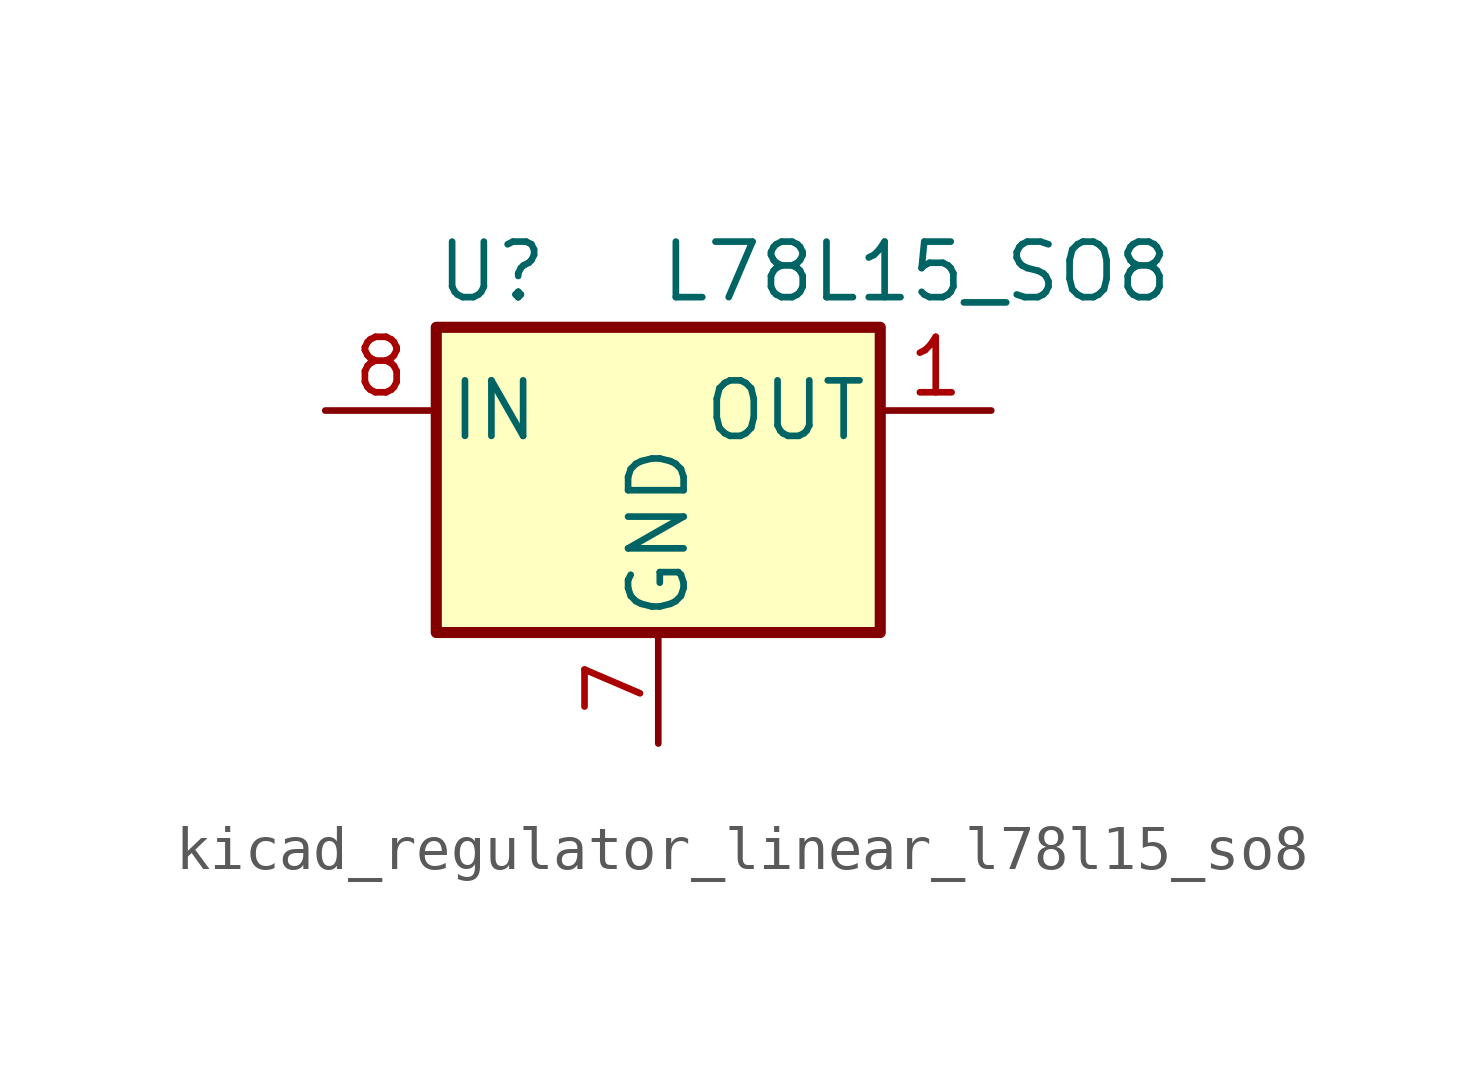
<source format=kicad_sym>
(kicad_symbol_lib
  (version 20220914)
  (generator kicad_symbol_editor)
  (symbol "kicad_regulator_linear_l78l15_so8"
    (pin_names
      (offset 0.254))
    (property "Reference" "U"
      (at -3.81 3.175 0)
      (effects (font (size 1.27 1.27))))
    (property "Value" "L78L15_SO8"
      (at 0 3.175 0)
      (effects (font (size 1.27 1.27)) (justify left)))
    (symbol "kicad_regulator_linear_l78l15_so8_0_1"
      (rectangle (start -5.08 1.905) (end 5.08 -5.08) (stroke (width 0.254) (type default)) (fill (type background))))
    (symbol "kicad_regulator_linear_l78l15_so8_1_1"
      (pin power_out line (at 7.62 0 180) (length 2.54) (name "OUT" (effects (font (size 1.27 1.27)))) (number "1" (effects (font (size 1.27 1.27)))))
      (pin passive line (at 0 -7.62 90) (length 2.54) hide (name "GND" (effects (font (size 1.27 1.27)))) (number "2" (effects (font (size 1.27 1.27)))))
      (pin passive line (at 0 -7.62 90) (length 2.54) hide (name "GND" (effects (font (size 1.27 1.27)))) (number "3" (effects (font (size 1.27 1.27)))))
      (pin no_connect line (at -5.08 -2.54 0) (length 2.54) hide (name "NC" (effects (font (size 1.27 1.27)))) (number "4" (effects (font (size 1.27 1.27)))))
      (pin no_connect line (at 5.08 -2.54 180) (length 2.54) hide (name "NC" (effects (font (size 1.27 1.27)))) (number "5" (effects (font (size 1.27 1.27)))))
      (pin passive line (at 0 -7.62 90) (length 2.54) hide (name "GND" (effects (font (size 1.27 1.27)))) (number "6" (effects (font (size 1.27 1.27)))))
      (pin power_in line (at 0 -7.62 90) (length 2.54) (name "GND" (effects (font (size 1.27 1.27)))) (number "7" (effects (font (size 1.27 1.27)))))
      (pin power_in line (at -7.62 0 0) (length 2.54) (name "IN" (effects (font (size 1.27 1.27)))) (number "8" (effects (font (size 1.27 1.27))))))))
</source>
